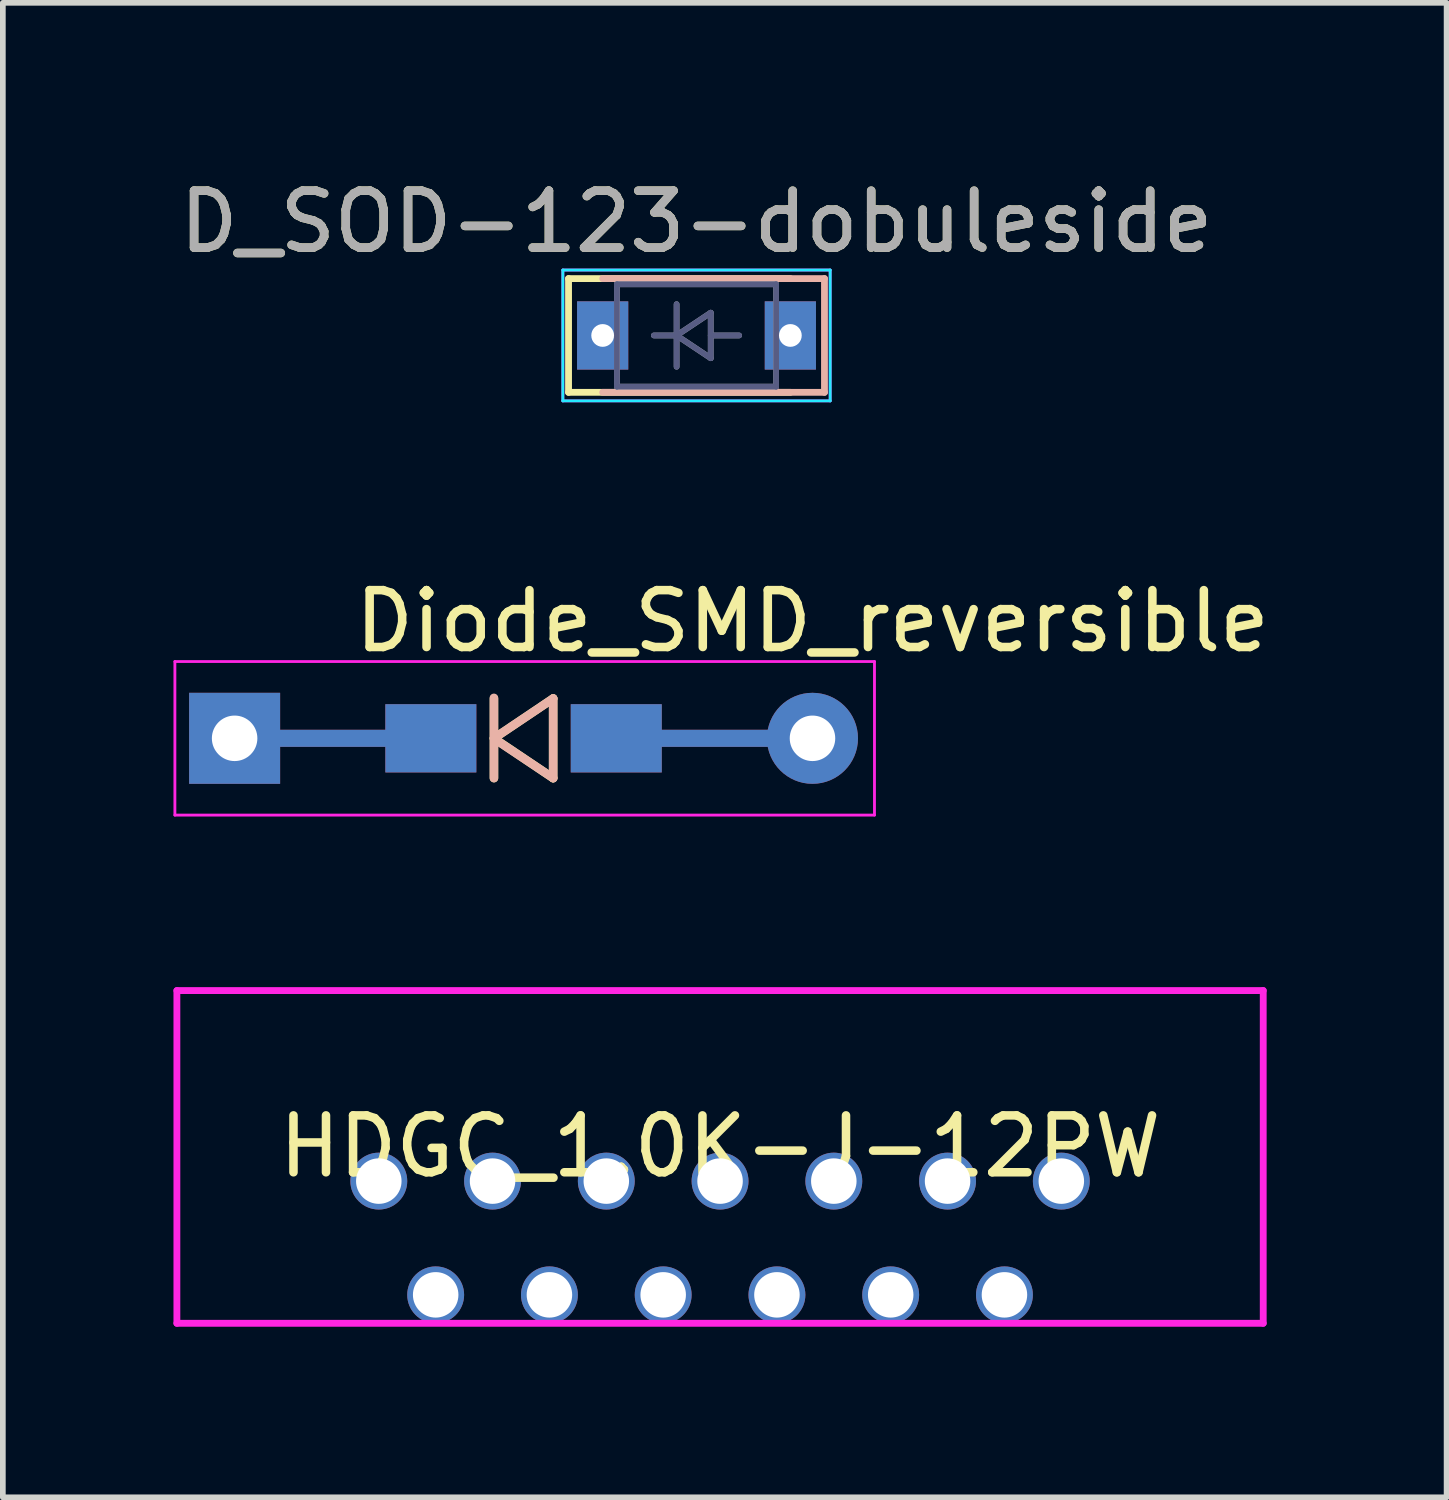
<source format=kicad_pcb>
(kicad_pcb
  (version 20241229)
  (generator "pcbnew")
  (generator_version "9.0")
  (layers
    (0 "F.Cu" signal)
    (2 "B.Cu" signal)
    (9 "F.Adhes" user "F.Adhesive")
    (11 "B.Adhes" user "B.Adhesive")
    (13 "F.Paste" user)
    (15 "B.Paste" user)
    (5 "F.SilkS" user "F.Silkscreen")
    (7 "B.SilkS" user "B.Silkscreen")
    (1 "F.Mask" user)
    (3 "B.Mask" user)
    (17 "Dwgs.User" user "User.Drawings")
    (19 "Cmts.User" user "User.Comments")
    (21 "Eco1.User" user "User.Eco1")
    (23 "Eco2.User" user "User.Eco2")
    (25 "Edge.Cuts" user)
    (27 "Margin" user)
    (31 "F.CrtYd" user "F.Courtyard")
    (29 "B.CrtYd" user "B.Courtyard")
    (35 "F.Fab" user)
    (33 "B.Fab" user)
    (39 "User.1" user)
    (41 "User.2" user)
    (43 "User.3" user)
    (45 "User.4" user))
  (footprint "HDGC_1.0K-J-12PW"
    (layer "F.Cu")
    (at 9.61 19.716)
    (property "Reference" "HDGC_1.0K-J-12PW" (at 0 -2.61 0) (layer "F.SilkS") (effects (font (size 1 1) (thickness 0.15))))
    (attr smd)
    (fp_line (start -9.55 -5.35) (end -9.55 0.5) (stroke (width 0.12) (type solid)) (layer "F.CrtYd"))
    (fp_line (start -9.55 0.5) (end 9.55 0.5) (stroke (width 0.12) (type solid)) (layer "F.CrtYd"))
    (fp_line (start 9.55 -5.35) (end -9.55 -5.35) (stroke (width 0.12) (type solid)) (layer "F.CrtYd"))
    (fp_line (start 9.55 -5.35) (end 9.55 0.5) (stroke (width 0.12) (type solid)) (layer "F.CrtYd"))
    (pad "1" thru_hole circle (at -5 0) (size 1 1) (drill 0.8) (layers "*.Cu" "*.Mask"))
    (pad "2" thru_hole circle (at -4 -2) (size 1 1) (drill 0.8) (layers "*.Cu" "*.Mask"))
    (pad "3" thru_hole circle (at -3 0) (size 1 1) (drill 0.8) (layers "*.Cu" "*.Mask"))
    (pad "4" thru_hole circle (at -2 -2) (size 1 1) (drill 0.8) (layers "*.Cu" "*.Mask"))
    (pad "5" thru_hole circle (at -1 0) (size 1 1) (drill 0.8) (layers "*.Cu" "*.Mask"))
    (pad "6" thru_hole circle (at 0 -2) (size 1 1) (drill 0.8) (layers "*.Cu" "*.Mask"))
    (pad "7" thru_hole circle (at 1 0) (size 1 1) (drill 0.8) (layers "*.Cu" "*.Mask"))
    (pad "8" thru_hole circle (at 2 -2) (size 1 1) (drill 0.8) (layers "*.Cu" "*.Mask"))
    (pad "9" thru_hole circle (at 3 0) (size 1 1) (drill 0.8) (layers "*.Cu" "*.Mask"))
    (pad "10" thru_hole circle (at 4 -2) (size 1 1) (drill 0.8) (layers "*.Cu" "*.Mask"))
    (pad "11" thru_hole circle (at 5 0) (size 1 1) (drill 0.8) (layers "*.Cu" "*.Mask"))
    (pad "12" thru_hole circle (at -6 -2) (size 1 1) (drill 0.8) (layers "*.Cu" "*.Mask"))
    (pad "12" thru_hole circle (at 6 -2) (size 1 1) (drill 0.8) (layers "*.Cu" "*.Mask")))
  (footprint "D_SOD-123-dobuleside"
    (layer "F.Cu")
    (at 9.196 2.848)
    (property "Reference" "D_SOD-123-dobuleside" (at 0 -2 0) (layer "F.SilkS") (effects (font (size 1 1) (thickness 0.15))))
    (attr smd)
    (fp_line (start -2.25 -1) (end -2.25 1) (stroke (width 0.12) (type solid)) (layer "F.SilkS"))
    (fp_line (start -2.25 -1) (end 1.65 -1) (stroke (width 0.12) (type solid)) (layer "F.SilkS"))
    (fp_line (start -2.25 1) (end 1.65 1) (stroke (width 0.12) (type solid)) (layer "F.SilkS"))
    (fp_line (start 2.25 -1) (end -1.65 -1) (stroke (width 0.12) (type solid)) (layer "B.SilkS"))
    (fp_line (start 2.25 -1) (end 2.25 1) (stroke (width 0.12) (type solid)) (layer "B.SilkS"))
    (fp_line (start 2.25 1) (end -1.65 1) (stroke (width 0.12) (type solid)) (layer "B.SilkS"))
    (fp_line (start -2.35 -1.15) (end -2.35 1.15) (stroke (width 0.05) (type solid)) (layer "B.CrtYd"))
    (fp_line (start -2.35 1.15) (end 2.35 1.15) (stroke (width 0.05) (type solid)) (layer "B.CrtYd"))
    (fp_line (start 2.35 -1.15) (end -2.35 -1.15) (stroke (width 0.05) (type solid)) (layer "B.CrtYd"))
    (fp_line (start 2.35 -1.15) (end 2.35 1.15) (stroke (width 0.05) (type solid)) (layer "B.CrtYd"))
    (fp_line (start -2.35 -1.15) (end -2.35 1.15) (stroke (width 0.05) (type solid)) (layer "F.CrtYd"))
    (fp_line (start -2.35 -1.15) (end 2.35 -1.15) (stroke (width 0.05) (type solid)) (layer "F.CrtYd"))
    (fp_line (start 2.35 -1.15) (end 2.35 1.15) (stroke (width 0.05) (type solid)) (layer "F.CrtYd"))
    (fp_line (start 2.35 1.15) (end -2.35 1.15) (stroke (width 0.05) (type solid)) (layer "F.CrtYd"))
    (fp_line (start -1.4 -0.9) (end -1.4 0.9) (stroke (width 0.1) (type solid)) (layer "B.Fab"))
    (fp_line (start -1.4 0.9) (end 1.4 0.9) (stroke (width 0.1) (type solid)) (layer "B.Fab"))
    (fp_line (start -0.75 0) (end -0.35 0) (stroke (width 0.1) (type solid)) (layer "B.Fab"))
    (fp_line (start -0.35 0) (end -0.35 -0.55) (stroke (width 0.1) (type solid)) (layer "B.Fab"))
    (fp_line (start -0.35 0) (end -0.35 0.55) (stroke (width 0.1) (type solid)) (layer "B.Fab"))
    (fp_line (start -0.35 0) (end 0.25 0.4) (stroke (width 0.1) (type solid)) (layer "B.Fab"))
    (fp_line (start 0.25 -0.4) (end -0.35 0) (stroke (width 0.1) (type solid)) (layer "B.Fab"))
    (fp_line (start 0.25 0) (end 0.75 0) (stroke (width 0.1) (type solid)) (layer "B.Fab"))
    (fp_line (start 0.25 0.4) (end 0.25 -0.4) (stroke (width 0.1) (type solid)) (layer "B.Fab"))
    (fp_line (start 1.4 -0.9) (end -1.4 -0.9) (stroke (width 0.1) (type solid)) (layer "B.Fab"))
    (fp_line (start 1.4 0.9) (end 1.4 -0.9) (stroke (width 0.1) (type solid)) (layer "B.Fab"))
    (fp_line (start -1.4 -0.9) (end 1.4 -0.9) (stroke (width 0.1) (type solid)) (layer "F.Fab"))
    (fp_line (start -1.4 0.9) (end -1.4 -0.9) (stroke (width 0.1) (type solid)) (layer "F.Fab"))
    (fp_line (start -0.75 0) (end -0.35 0) (stroke (width 0.1) (type solid)) (layer "F.Fab"))
    (fp_line (start -0.35 0) (end -0.35 -0.55) (stroke (width 0.1) (type solid)) (layer "F.Fab"))
    (fp_line (start -0.35 0) (end -0.35 0.55) (stroke (width 0.1) (type solid)) (layer "F.Fab"))
    (fp_line (start -0.35 0) (end 0.25 -0.4) (stroke (width 0.1) (type solid)) (layer "F.Fab"))
    (fp_line (start 0.25 -0.4) (end 0.25 0.4) (stroke (width 0.1) (type solid)) (layer "F.Fab"))
    (fp_line (start 0.25 0) (end 0.75 0) (stroke (width 0.1) (type solid)) (layer "F.Fab"))
    (fp_line (start 0.25 0.4) (end -0.35 0) (stroke (width 0.1) (type solid)) (layer "F.Fab"))
    (fp_line (start 1.4 -0.9) (end 1.4 0.9) (stroke (width 0.1) (type solid)) (layer "F.Fab"))
    (fp_line (start 1.4 0.9) (end -1.4 0.9) (stroke (width 0.1) (type solid)) (layer "F.Fab"))
    (fp_text user "${REFERENCE}" (at 0 -2 0) (layer "F.Fab") (effects (font (size 1 1) (thickness 0.15))))
    (pad "1" thru_hole circle (at -1.65 0) (size 0.8 0.8) (drill 0.4) (layers "*.Cu" "*.Mask"))
    (pad "1" smd rect (at -1.65 0) (size 0.9 1.2) (layers "F.Cu" "F.Mask" "F.Paste"))
    (pad "1" smd rect (at -1.65 0) (size 0.9 1.2) (layers "B.Cu" "B.Mask" "B.Paste"))
    (pad "2" thru_hole circle (at 1.65 0) (size 0.8 0.8) (drill 0.4) (layers "*.Cu" "*.Mask"))
    (pad "2" smd rect (at 1.65 0) (size 0.9 1.2) (layers "F.Cu" "F.Mask" "F.Paste"))
    (pad "2" smd rect (at 1.65 0) (size 0.9 1.2) (layers "B.Cu" "B.Mask" "B.Paste")))
  (footprint "Diode_SMD_reversible"
    (layer "F.Cu")
    (at 6.155 9.931)
    (property "Reference" "Diode_SMD_reversible" (at 5.08 -2.06 0) (layer "F.SilkS") (effects (font (size 1 1) (thickness 0.15))))
    (attr through_hole)
    (fp_line (start -0.52 0) (end 0.52 -0.7) (stroke (width 0.15) (type solid)) (layer "F.SilkS"))
    (fp_line (start -0.52 0.7) (end -0.52 -0.7) (stroke (width 0.15) (type solid)) (layer "F.SilkS"))
    (fp_line (start 0.52 -0.7) (end 0.52 0.7) (stroke (width 0.15) (type solid)) (layer "F.SilkS"))
    (fp_line (start 0.52 0.7) (end -0.52 0) (stroke (width 0.15) (type solid)) (layer "F.SilkS"))
    (fp_line (start -0.521 -0.711) (end -0.521 0.699) (stroke (width 0.15) (type solid)) (layer "B.SilkS"))
    (fp_line (start -0.521 0) (end 0.521 -0.699) (stroke (width 0.15) (type solid)) (layer "B.SilkS"))
    (fp_line (start 0.521 -0.699) (end 0.521 0.699) (stroke (width 0.15) (type solid)) (layer "B.SilkS"))
    (fp_line (start 0.521 0.699) (end -0.508 0.013) (stroke (width 0.15) (type solid)) (layer "B.SilkS"))
    (fp_line (start -6.13 -1.35) (end -6.13 1.35) (stroke (width 0.05) (type solid)) (layer "F.CrtYd"))
    (fp_line (start -6.13 1.35) (end 6.17 1.35) (stroke (width 0.05) (type solid)) (layer "F.CrtYd"))
    (fp_line (start 6.17 -1.35) (end -6.13 -1.35) (stroke (width 0.05) (type solid)) (layer "F.CrtYd"))
    (fp_line (start 6.17 1.35) (end 6.17 -1.35) (stroke (width 0.05) (type solid)) (layer "F.CrtYd"))
    (pad "1" thru_hole rect (at -5.08 0) (size 1.6 1.6) (drill 0.8) (layers "*.Cu" "*.Mask"))
    (pad "1" smd rect (at -3.355 0) (size 3.45 0.3) (layers "F.Cu" "F.Mask" "F.Paste"))
    (pad "1" smd rect (at -3.355 0) (size 3.45 0.3) (layers "B.Cu" "B.Mask" "B.Paste"))
    (pad "1" smd rect (at -1.63 0) (size 1.6 1.2) (layers "F.Cu" "F.Mask" "F.Paste"))
    (pad "1" smd rect (at -1.63 0) (size 1.6 1.2) (layers "F.Mask" "B.Cu" "F.Paste"))
    (pad "2" smd rect (at 1.63 0) (size 1.6 1.2) (layers "F.Cu" "F.Mask" "F.Paste"))
    (pad "2" smd rect (at 1.63 0) (size 1.6 1.2) (layers "F.Mask" "B.Cu" "F.Paste"))
    (pad "2" smd rect (at 3.355 0) (size 3.45 0.3) (layers "F.Cu" "F.Mask" "F.Paste"))
    (pad "2" smd rect (at 3.355 0) (size 3.45 0.3) (layers "B.Cu" "B.Mask" "B.Paste"))
    (pad "2" thru_hole oval (at 5.08 0) (size 1.6 1.6) (drill 0.8) (layers "*.Cu" "*.Mask")))
  (gr_rect
    (start -3 -3)
    (end 22.384 23.276)
    (stroke (width 0.1) (type default))
    (fill no)
    (layer "Edge.Cuts")))
</source>
